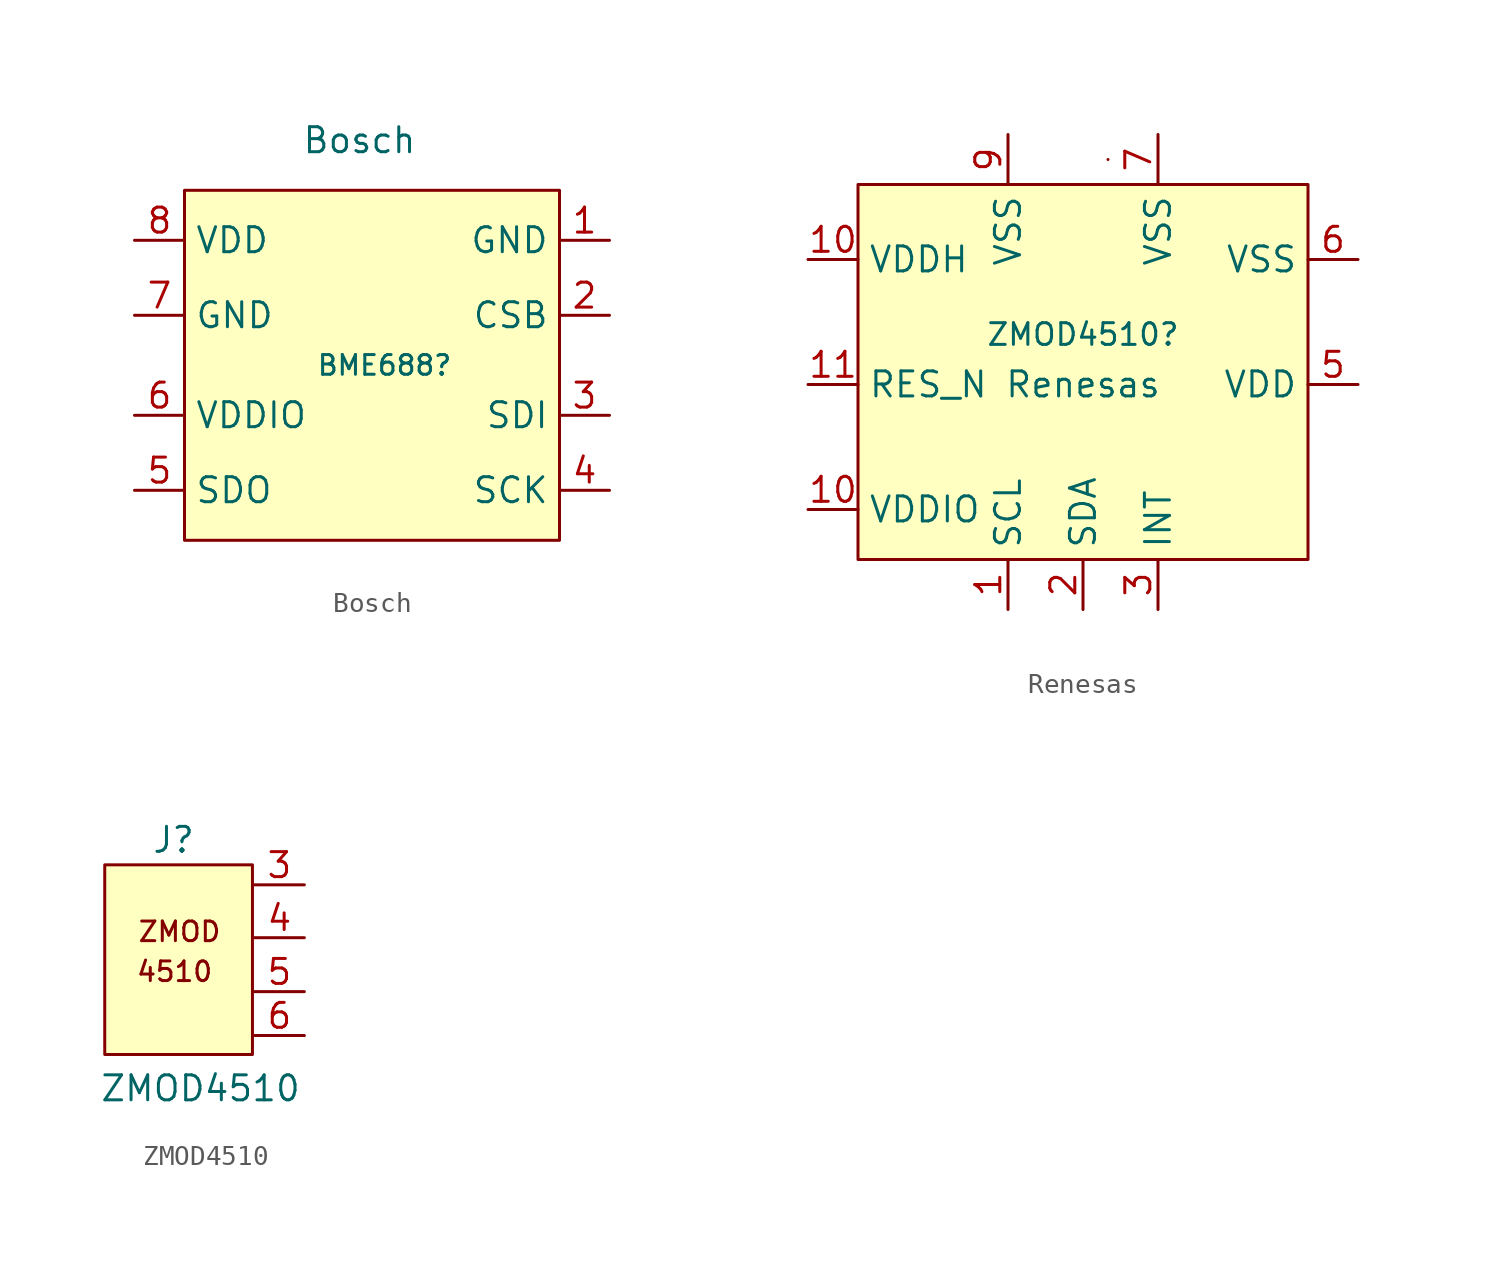
<source format=kicad_sym>
(kicad_symbol_lib
  (version 20211014)
  (generator kicad_symbol_editor)
  (symbol "Bosch"
    (property "Reference" "BME688"
      (at 1.27 0 0)
      (effects (font (size 1 1))))
    (property "Value" "Bosch"
      (at 0 11.43 0)
      (effects (font (size 1.27 1.27))))
    (symbol "Bosch_0_1"
      (rectangle (start -8.89 8.89) (end 10.16 -8.89) (stroke (width 0.152) (type default) (color 0 0 0 0)) (fill (type background))))
    (symbol "Bosch_1_1"
      (pin input line (at 12.7 6.35 180) (length 2.54) (name "GND" (effects (font (size 1.27 1.27)))) (number "1" (effects (font (size 1.27 1.27)))))
      (pin input line (at 12.7 2.54 180) (length 2.54) (name "CSB" (effects (font (size 1.27 1.27)))) (number "2" (effects (font (size 1.27 1.27)))))
      (pin input line (at 12.7 -2.54 180) (length 2.54) (name "SDI" (effects (font (size 1.27 1.27)))) (number "3" (effects (font (size 1.27 1.27)))))
      (pin input line (at 12.7 -6.35 180) (length 2.54) (name "SCK" (effects (font (size 1.27 1.27)))) (number "4" (effects (font (size 1.27 1.27)))))
      (pin input line (at -11.43 -6.35 0) (length 2.54) (name "SDO" (effects (font (size 1.27 1.27)))) (number "5" (effects (font (size 1.27 1.27)))))
      (pin input line (at -11.43 -2.54 0) (length 2.54) (name "VDDIO" (effects (font (size 1.27 1.27)))) (number "6" (effects (font (size 1.27 1.27)))))
      (pin input line (at -11.43 2.54 0) (length 2.54) (name "GND" (effects (font (size 1.27 1.27)))) (number "7" (effects (font (size 1.27 1.27)))))
      (pin input line (at -11.43 6.35 0) (length 2.54) (name "VDD" (effects (font (size 1.27 1.27)))) (number "8" (effects (font (size 1.27 1.27)))))))
  (symbol "Renesas"
    (property "Reference" "ZMOD4510"
      (at 0 -1.27 0)
      (effects (font (size 1.1 1.1))))
    (property "Value" "Renesas"
      (at 0 -3.81 0)
      (effects (font (size 1.27 1.27))))
    (symbol "Renesas_0_1"
      (rectangle (start -11.43 6.35) (end 11.43 -12.7) (stroke (width 0.152) (type default) (color 0 0 0 0)) (fill (type background)))
      (rectangle (start 1.27 7.62) (end 1.27 7.62) (stroke (width 0.152) (type default) (color 0 0 0 0)) (fill (type none))))
    (symbol "Renesas_1_1"
      (pin input line (at -3.81 -15.24 90) (length 2.54) (name "SCL" (effects (font (size 1.27 1.27)))) (number "1" (effects (font (size 1.27 1.27)))))
      (pin input line (at -13.97 2.54 0) (length 2.54) (name "VDDH" (effects (font (size 1.27 1.27)))) (number "10" (effects (font (size 1.27 1.27)))))
      (pin input line (at -13.97 -10.16 0) (length 2.54) (name "VDDIO" (effects (font (size 1.27 1.27)))) (number "10" (effects (font (size 1.27 1.27)))))
      (pin input line (at -13.97 -3.81 0) (length 2.54) (name "RES_N" (effects (font (size 1.27 1.27)))) (number "11" (effects (font (size 1.27 1.27)))))
      (pin input line (at 0 -15.24 90) (length 2.54) (name "SDA" (effects (font (size 1.27 1.27)))) (number "2" (effects (font (size 1.27 1.27)))))
      (pin input line (at 3.81 -15.24 90) (length 2.54) (name "INT" (effects (font (size 1.27 1.27)))) (number "3" (effects (font (size 1.27 1.27)))))
      (pin input line (at 13.97 -3.81 180) (length 2.54) (name "VDD" (effects (font (size 1.27 1.27)))) (number "5" (effects (font (size 1.27 1.27)))))
      (pin input line (at 13.97 2.54 180) (length 2.54) (name "VSS" (effects (font (size 1.27 1.27)))) (number "6" (effects (font (size 1.27 1.27)))))
      (pin input line (at 3.81 8.89 270) (length 2.54) (name "VSS" (effects (font (size 1.27 1.27)))) (number "7" (effects (font (size 1.27 1.27)))))
      (pin input line (at 0 8.89 270) (length 2.54) hide (name "n.c" (effects (font (size 1.27 1.27)))) (number "8" (effects (font (size 1.27 1.27)))))
      (pin input line (at -3.81 8.89 270) (length 2.54) (name "VSS" (effects (font (size 1.27 1.27)))) (number "9" (effects (font (size 1.27 1.27)))))
      (pin input line (at 13.97 -10.16 180) (length 2.54) hide (name "4" (effects (font (size 1.27 1.27)))) (number "n.c" (effects (font (size 1.27 1.27)))))))
  (symbol "ZMOD4510"
    (pin_names
      (offset 1.016) hide)
    (property "Reference" "J"
      (at 0.203 -1.676 0)
      (effects (font (size 1.27 1.27))))
    (property "Value" "ZMOD4510"
      (at 1.575 -14.326 0)
      (effects (font (size 1.27 1.27))))
    (symbol "ZMOD4510_0_0"
      (text "4510" (at 0.254 -8.382 0) (effects (font (size 1 1))))
      (text "ZMOD" (at 0.508 -6.35 0) (effects (font (size 1 1)))))
    (symbol "ZMOD4510_0_1"
      (rectangle (start -3.302 -2.946) (end 4.216 -12.598) (stroke (width 0.152) (type default) (color 0 0 0 0)) (fill (type background))))
    (symbol "ZMOD4510_1_1"
      (pin output line (at 6.858 -3.962 180) (length 2.54) (name "GND" (effects (font (size 1.27 1.27)))) (number "3" (effects (font (size 1.27 1.27)))))
      (pin output line (at 6.858 -6.655 180) (length 2.54) (name "TXD" (effects (font (size 1.27 1.27)))) (number "4" (effects (font (size 1.27 1.27)))))
      (pin input line (at 6.858 -9.398 180) (length 2.54) (name "RXD" (effects (font (size 1.27 1.27)))) (number "5" (effects (font (size 1.27 1.27)))))
      (pin power_in line (at 6.858 -11.633 180) (length 2.54) (name "3V3" (effects (font (size 1.27 1.27)))) (number "6" (effects (font (size 1.27 1.27))))))))
</source>
